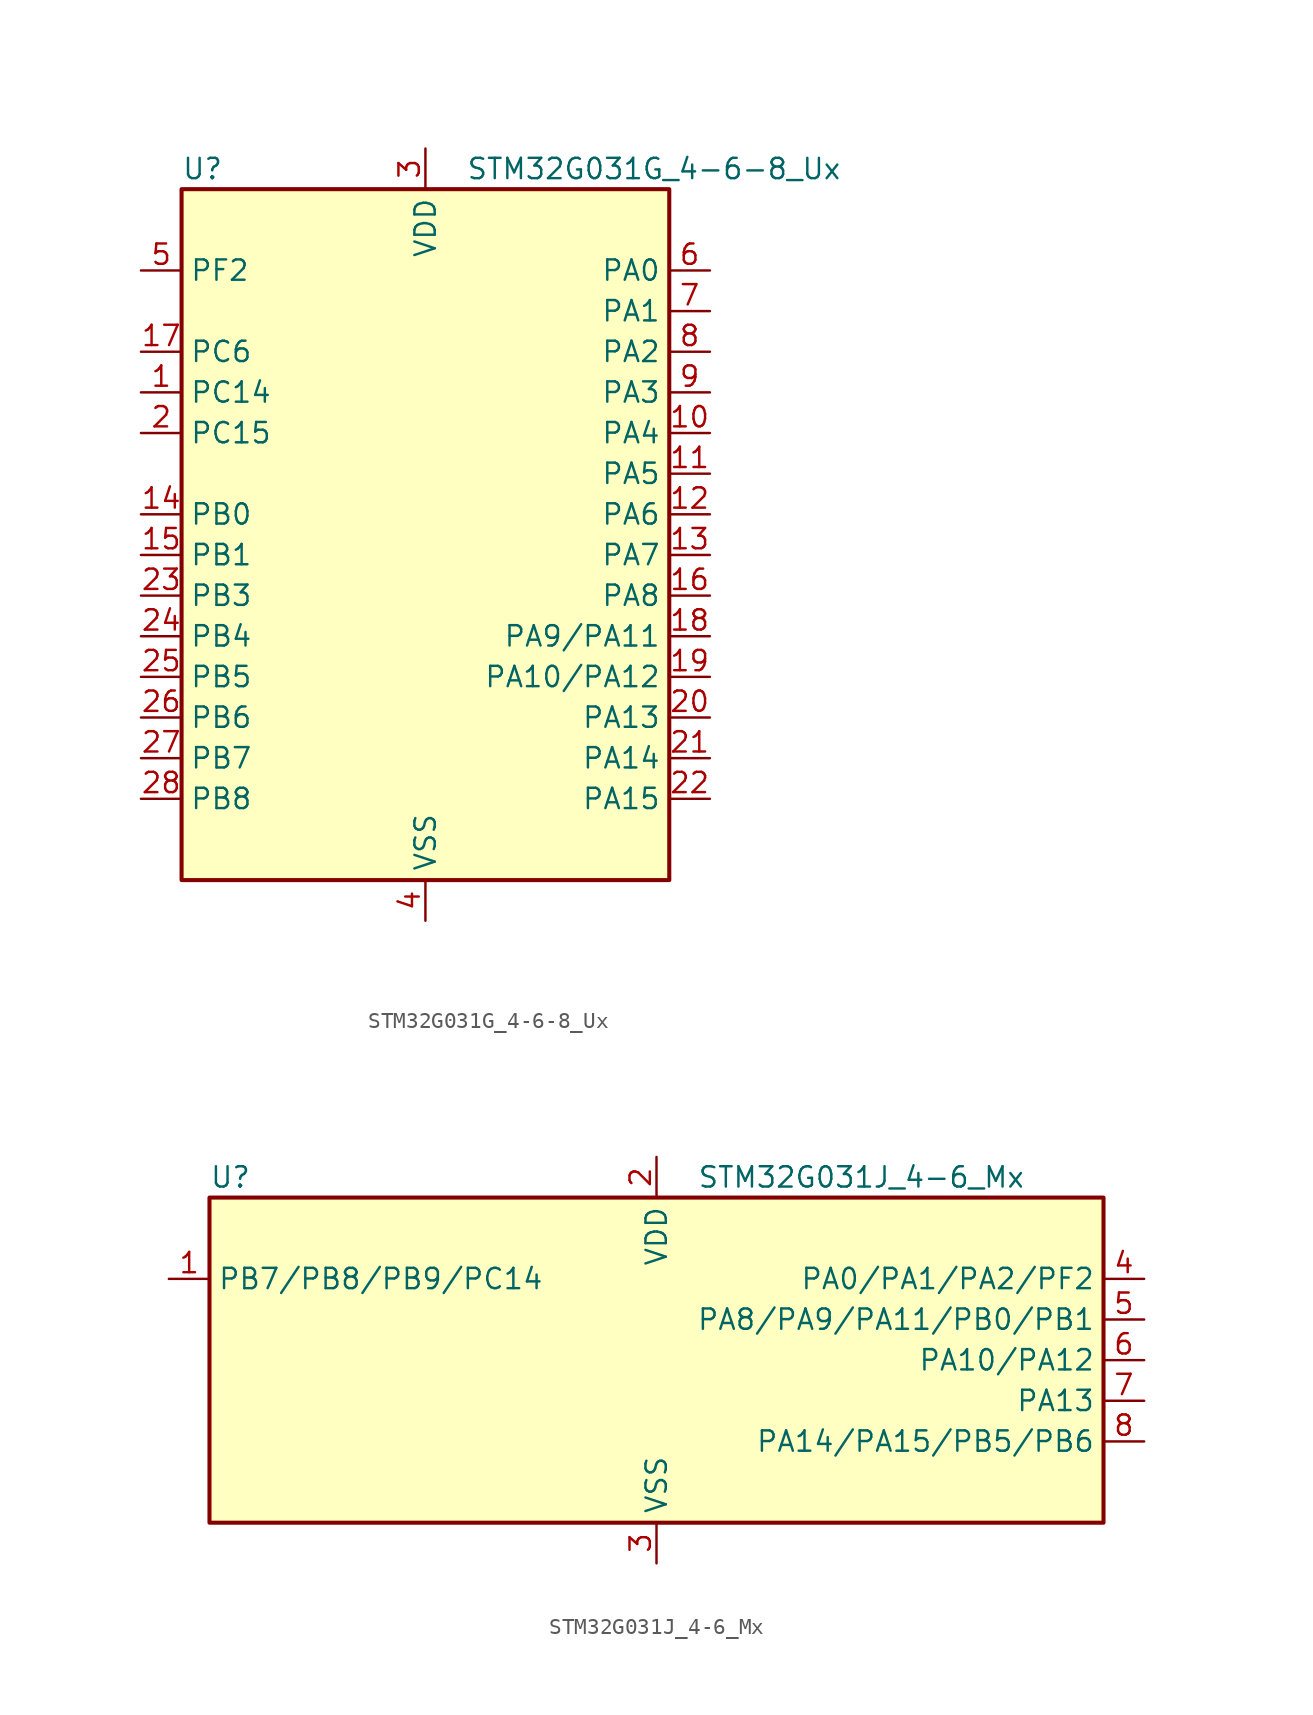
<source format=kicad_sym>
(kicad_symbol_lib
  (version 20231120)
  (generator "kicad-library-utils")
  (generator_version "8.0")
  (symbol "STM32G031G_4-6-8_Ux"
    (property "Reference" "U"
      (at -15.24 24.13 0)
      (effects (font (size 1.27 1.27)) (justify left)))
    (property "Value" "STM32G031G_4-6-8_Ux"
      (at 2.54 24.13 0)
      (effects (font (size 1.27 1.27)) (justify left)))
    (symbol "STM32G031G_4-6-8_Ux_0_1"
      (rectangle (start -15.24 -20.32) (end 15.24 22.86) (stroke (width 0.254) (type default)) (fill (type background))))
    (symbol "STM32G031G_4-6-8_Ux_1_1"
      (pin bidirectional line (at -17.78 10.16 0) (length 2.54) (name "PC14" (effects (font (size 1.27 1.27)))) (number "1" (effects (font (size 1.27 1.27)))) (alternate "RCC_OSC32_IN" bidirectional line) (alternate "RCC_OSC_IN" bidirectional line) (alternate "TIM1_BK2" bidirectional line))
      (pin bidirectional line (at 17.78 7.62 180) (length 2.54) (name "PA4" (effects (font (size 1.27 1.27)))) (number "10" (effects (font (size 1.27 1.27)))) (alternate "ADC1_IN4" bidirectional line) (alternate "I2S1_WS" bidirectional line) (alternate "LPTIM2_OUT" bidirectional line) (alternate "RTC_OUT_ALARM" bidirectional line) (alternate "RTC_OUT_CALIB" bidirectional line) (alternate "RTC_TAMP_IN1" bidirectional line) (alternate "RTC_TS" bidirectional line) (alternate "SPI1_NSS" bidirectional line) (alternate "SPI2_MOSI" bidirectional line) (alternate "SYS_WKUP2" bidirectional line) (alternate "TIM14_CH1" bidirectional line))
      (pin bidirectional line (at 17.78 5.08 180) (length 2.54) (name "PA5" (effects (font (size 1.27 1.27)))) (number "11" (effects (font (size 1.27 1.27)))) (alternate "ADC1_IN5" bidirectional line) (alternate "I2S1_CK" bidirectional line) (alternate "LPTIM2_ETR" bidirectional line) (alternate "SPI1_SCK" bidirectional line) (alternate "TIM2_CH1" bidirectional line) (alternate "TIM2_ETR" bidirectional line))
      (pin bidirectional line (at 17.78 2.54 180) (length 2.54) (name "PA6" (effects (font (size 1.27 1.27)))) (number "12" (effects (font (size 1.27 1.27)))) (alternate "ADC1_IN6" bidirectional line) (alternate "I2S1_MCK" bidirectional line) (alternate "LPUART1_CTS" bidirectional line) (alternate "SPI1_MISO" bidirectional line) (alternate "TIM16_CH1" bidirectional line) (alternate "TIM1_BK" bidirectional line) (alternate "TIM3_CH1" bidirectional line))
      (pin bidirectional line (at 17.78 0 180) (length 2.54) (name "PA7" (effects (font (size 1.27 1.27)))) (number "13" (effects (font (size 1.27 1.27)))) (alternate "ADC1_IN7" bidirectional line) (alternate "I2S1_SD" bidirectional line) (alternate "SPI1_MOSI" bidirectional line) (alternate "TIM14_CH1" bidirectional line) (alternate "TIM17_CH1" bidirectional line) (alternate "TIM1_CH1N" bidirectional line) (alternate "TIM3_CH2" bidirectional line))
      (pin bidirectional line (at -17.78 2.54 0) (length 2.54) (name "PB0" (effects (font (size 1.27 1.27)))) (number "14" (effects (font (size 1.27 1.27)))) (alternate "ADC1_IN8" bidirectional line) (alternate "I2S1_WS" bidirectional line) (alternate "LPTIM1_OUT" bidirectional line) (alternate "SPI1_NSS" bidirectional line) (alternate "TIM1_CH2N" bidirectional line) (alternate "TIM3_CH3" bidirectional line))
      (pin bidirectional line (at -17.78 0 0) (length 2.54) (name "PB1" (effects (font (size 1.27 1.27)))) (number "15" (effects (font (size 1.27 1.27)))) (alternate "ADC1_IN9" bidirectional line) (alternate "LPTIM2_IN1" bidirectional line) (alternate "LPUART1_DE" bidirectional line) (alternate "LPUART1_RTS" bidirectional line) (alternate "TIM14_CH1" bidirectional line) (alternate "TIM1_CH3N" bidirectional line) (alternate "TIM3_CH4" bidirectional line))
      (pin bidirectional line (at 17.78 -2.54 180) (length 2.54) (name "PA8" (effects (font (size 1.27 1.27)))) (number "16" (effects (font (size 1.27 1.27)))) (alternate "LPTIM2_OUT" bidirectional line) (alternate "RCC_MCO" bidirectional line) (alternate "SPI2_NSS" bidirectional line) (alternate "TIM1_CH1" bidirectional line))
      (pin bidirectional line (at -17.78 12.7 0) (length 2.54) (name "PC6" (effects (font (size 1.27 1.27)))) (number "17" (effects (font (size 1.27 1.27)))) (alternate "TIM2_CH3" bidirectional line) (alternate "TIM3_CH1" bidirectional line))
      (pin bidirectional line (at 17.78 -5.08 180) (length 2.54) (name "PA9/PA11" (effects (font (size 1.27 1.27)))) (number "18" (effects (font (size 1.27 1.27)))) (alternate "PA9" bidirectional line) (alternate "I2C1_SCL (PA9)" bidirectional line) (alternate "RCC_MCO (PA9)" bidirectional line) (alternate "SPI2_MISO (PA9)" bidirectional line) (alternate "TIM1_CH2 (PA9)" bidirectional line) (alternate "USART1_TX (PA9)" bidirectional line) (alternate "PA11" bidirectional line) (alternate "ADC1_EXTI11 (PA11)" bidirectional line) (alternate "ADC1_IN15 (PA11)" bidirectional line) (alternate "I2C2_SCL (PA11)" bidirectional line) (alternate "I2S1_MCK (PA11)" bidirectional line) (alternate "SPI1_MISO (PA11)" bidirectional line) (alternate "TIM1_BK2 (PA11)" bidirectional line) (alternate "TIM1_CH4 (PA11)" bidirectional line) (alternate "USART1_CTS (PA11)" bidirectional line) (alternate "USART1_NSS (PA11)" bidirectional line))
      (pin bidirectional line (at 17.78 -7.62 180) (length 2.54) (name "PA10/PA12" (effects (font (size 1.27 1.27)))) (number "19" (effects (font (size 1.27 1.27)))) (alternate "PA10" bidirectional line) (alternate "I2C1_SDA (PA10)" bidirectional line) (alternate "SPI2_MOSI (PA10)" bidirectional line) (alternate "TIM17_BK (PA10)" bidirectional line) (alternate "TIM1_CH3 (PA10)" bidirectional line) (alternate "USART1_RX (PA10)" bidirectional line) (alternate "PA12" bidirectional line) (alternate "ADC1_IN16 (PA12)" bidirectional line) (alternate "I2C2_SDA (PA12)" bidirectional line) (alternate "I2S1_SD (PA12)" bidirectional line) (alternate "I2S_CKIN (PA12)" bidirectional line) (alternate "SPI1_MOSI (PA12)" bidirectional line) (alternate "TIM1_ETR (PA12)" bidirectional line) (alternate "USART1_CK (PA12)" bidirectional line) (alternate "USART1_DE (PA12)" bidirectional line) (alternate "USART1_RTS (PA12)" bidirectional line))
      (pin bidirectional line (at -17.78 7.62 0) (length 2.54) (name "PC15" (effects (font (size 1.27 1.27)))) (number "2" (effects (font (size 1.27 1.27)))) (alternate "RCC_OSC32_EN" bidirectional line) (alternate "RCC_OSC32_OUT" bidirectional line) (alternate "RCC_OSC_EN" bidirectional line))
      (pin bidirectional line (at 17.78 -10.16 180) (length 2.54) (name "PA13" (effects (font (size 1.27 1.27)))) (number "20" (effects (font (size 1.27 1.27)))) (alternate "ADC1_IN17" bidirectional line) (alternate "IR_OUT" bidirectional line) (alternate "SYS_SWDIO" bidirectional line))
      (pin bidirectional line (at 17.78 -12.7 180) (length 2.54) (name "PA14" (effects (font (size 1.27 1.27)))) (number "21" (effects (font (size 1.27 1.27)))) (alternate "ADC1_IN18" bidirectional line) (alternate "SYS_SWCLK" bidirectional line) (alternate "USART2_TX" bidirectional line))
      (pin bidirectional line (at 17.78 -15.24 180) (length 2.54) (name "PA15" (effects (font (size 1.27 1.27)))) (number "22" (effects (font (size 1.27 1.27)))) (alternate "I2S1_WS" bidirectional line) (alternate "SPI1_NSS" bidirectional line) (alternate "TIM2_CH1" bidirectional line) (alternate "TIM2_ETR" bidirectional line) (alternate "USART2_RX" bidirectional line))
      (pin bidirectional line (at -17.78 -2.54 0) (length 2.54) (name "PB3" (effects (font (size 1.27 1.27)))) (number "23" (effects (font (size 1.27 1.27)))) (alternate "I2S1_CK" bidirectional line) (alternate "SPI1_SCK" bidirectional line) (alternate "TIM1_CH2" bidirectional line) (alternate "TIM2_CH2" bidirectional line) (alternate "USART1_CK" bidirectional line) (alternate "USART1_DE" bidirectional line) (alternate "USART1_RTS" bidirectional line))
      (pin bidirectional line (at -17.78 -5.08 0) (length 2.54) (name "PB4" (effects (font (size 1.27 1.27)))) (number "24" (effects (font (size 1.27 1.27)))) (alternate "I2S1_MCK" bidirectional line) (alternate "SPI1_MISO" bidirectional line) (alternate "TIM17_BK" bidirectional line) (alternate "TIM3_CH1" bidirectional line) (alternate "USART1_CTS" bidirectional line) (alternate "USART1_NSS" bidirectional line))
      (pin bidirectional line (at -17.78 -7.62 0) (length 2.54) (name "PB5" (effects (font (size 1.27 1.27)))) (number "25" (effects (font (size 1.27 1.27)))) (alternate "I2C1_SMBA" bidirectional line) (alternate "I2S1_SD" bidirectional line) (alternate "LPTIM1_IN1" bidirectional line) (alternate "SPI1_MOSI" bidirectional line) (alternate "SYS_WKUP6" bidirectional line) (alternate "TIM16_BK" bidirectional line) (alternate "TIM3_CH2" bidirectional line))
      (pin bidirectional line (at -17.78 -10.16 0) (length 2.54) (name "PB6" (effects (font (size 1.27 1.27)))) (number "26" (effects (font (size 1.27 1.27)))) (alternate "I2C1_SCL" bidirectional line) (alternate "LPTIM1_ETR" bidirectional line) (alternate "SPI2_MISO" bidirectional line) (alternate "TIM16_CH1N" bidirectional line) (alternate "TIM1_CH3" bidirectional line) (alternate "USART1_TX" bidirectional line))
      (pin bidirectional line (at -17.78 -12.7 0) (length 2.54) (name "PB7" (effects (font (size 1.27 1.27)))) (number "27" (effects (font (size 1.27 1.27)))) (alternate "ADC1_IN11" bidirectional line) (alternate "I2C1_SDA" bidirectional line) (alternate "LPTIM1_IN2" bidirectional line) (alternate "SPI2_MOSI" bidirectional line) (alternate "SYS_PVD_IN" bidirectional line) (alternate "TIM17_CH1N" bidirectional line) (alternate "USART1_RX" bidirectional line))
      (pin bidirectional line (at -17.78 -15.24 0) (length 2.54) (name "PB8" (effects (font (size 1.27 1.27)))) (number "28" (effects (font (size 1.27 1.27)))) (alternate "I2C1_SCL" bidirectional line) (alternate "SPI2_SCK" bidirectional line) (alternate "TIM16_CH1" bidirectional line))
      (pin power_in line (at 0 25.4 270) (length 2.54) (name "VDD" (effects (font (size 1.27 1.27)))) (number "3" (effects (font (size 1.27 1.27)))))
      (pin power_in line (at 0 -22.86 90) (length 2.54) (name "VSS" (effects (font (size 1.27 1.27)))) (number "4" (effects (font (size 1.27 1.27)))))
      (pin bidirectional line (at -17.78 17.78 0) (length 2.54) (name "PF2" (effects (font (size 1.27 1.27)))) (number "5" (effects (font (size 1.27 1.27)))) (alternate "RCC_MCO" bidirectional line))
      (pin bidirectional line (at 17.78 17.78 180) (length 2.54) (name "PA0" (effects (font (size 1.27 1.27)))) (number "6" (effects (font (size 1.27 1.27)))) (alternate "ADC1_IN0" bidirectional line) (alternate "LPTIM1_OUT" bidirectional line) (alternate "RTC_TAMP_IN2" bidirectional line) (alternate "SPI2_SCK" bidirectional line) (alternate "SYS_WKUP1" bidirectional line) (alternate "TIM2_CH1" bidirectional line) (alternate "TIM2_ETR" bidirectional line) (alternate "USART2_CTS" bidirectional line) (alternate "USART2_NSS" bidirectional line))
      (pin bidirectional line (at 17.78 15.24 180) (length 2.54) (name "PA1" (effects (font (size 1.27 1.27)))) (number "7" (effects (font (size 1.27 1.27)))) (alternate "ADC1_IN1" bidirectional line) (alternate "I2C1_SMBA" bidirectional line) (alternate "I2S1_CK" bidirectional line) (alternate "SPI1_SCK" bidirectional line) (alternate "TIM2_CH2" bidirectional line) (alternate "USART2_CK" bidirectional line) (alternate "USART2_DE" bidirectional line) (alternate "USART2_RTS" bidirectional line))
      (pin bidirectional line (at 17.78 12.7 180) (length 2.54) (name "PA2" (effects (font (size 1.27 1.27)))) (number "8" (effects (font (size 1.27 1.27)))) (alternate "ADC1_IN2" bidirectional line) (alternate "I2S1_SD" bidirectional line) (alternate "LPUART1_TX" bidirectional line) (alternate "RCC_LSCO" bidirectional line) (alternate "SPI1_MOSI" bidirectional line) (alternate "SYS_WKUP4" bidirectional line) (alternate "TIM2_CH3" bidirectional line) (alternate "USART2_TX" bidirectional line))
      (pin bidirectional line (at 17.78 10.16 180) (length 2.54) (name "PA3" (effects (font (size 1.27 1.27)))) (number "9" (effects (font (size 1.27 1.27)))) (alternate "ADC1_IN3" bidirectional line) (alternate "LPUART1_RX" bidirectional line) (alternate "SPI2_MISO" bidirectional line) (alternate "TIM2_CH4" bidirectional line) (alternate "USART2_RX" bidirectional line))))
  (symbol "STM32G031J_4-6_Mx"
    (property "Reference" "U"
      (at -27.94 11.43 0)
      (effects (font (size 1.27 1.27)) (justify left)))
    (property "Value" "STM32G031J_4-6_Mx"
      (at 2.54 11.43 0)
      (effects (font (size 1.27 1.27)) (justify left)))
    (symbol "STM32G031J_4-6_Mx_0_1"
      (rectangle (start -27.94 -10.16) (end 27.94 10.16) (stroke (width 0.254) (type default)) (fill (type background))))
    (symbol "STM32G031J_4-6_Mx_1_1"
      (pin bidirectional line (at -30.48 5.08 0) (length 2.54) (name "PB7/PB8/PB9/PC14" (effects (font (size 1.27 1.27)))) (number "1" (effects (font (size 1.27 1.27)))) (alternate "PB7" bidirectional line) (alternate "ADC1_IN11 (PB7)" bidirectional line) (alternate "I2C1_SDA (PB7)" bidirectional line) (alternate "LPTIM1_IN2 (PB7)" bidirectional line) (alternate "SPI2_MOSI (PB7)" bidirectional line) (alternate "SYS_PVD_IN (PB7)" bidirectional line) (alternate "TIM17_CH1N (PB7)" bidirectional line) (alternate "USART1_RX (PB7)" bidirectional line) (alternate "PB8" bidirectional line) (alternate "I2C1_SCL (PB8)" bidirectional line) (alternate "SPI2_SCK (PB8)" bidirectional line) (alternate "TIM16_CH1 (PB8)" bidirectional line) (alternate "PB9" bidirectional line) (alternate "I2C1_SDA (PB9)" bidirectional line) (alternate "IR_OUT (PB9)" bidirectional line) (alternate "SPI2_NSS (PB9)" bidirectional line) (alternate "TIM17_CH1 (PB9)" bidirectional line) (alternate "PC14" bidirectional line) (alternate "RCC_OSC32_IN (PC14)" bidirectional line) (alternate "RCC_OSC_IN (PC14)" bidirectional line) (alternate "TIM1_BK2 (PC14)" bidirectional line))
      (pin power_in line (at 0 12.7 270) (length 2.54) (name "VDD" (effects (font (size 1.27 1.27)))) (number "2" (effects (font (size 1.27 1.27)))))
      (pin power_in line (at 0 -12.7 90) (length 2.54) (name "VSS" (effects (font (size 1.27 1.27)))) (number "3" (effects (font (size 1.27 1.27)))))
      (pin bidirectional line (at 30.48 5.08 180) (length 2.54) (name "PA0/PA1/PA2/PF2" (effects (font (size 1.27 1.27)))) (number "4" (effects (font (size 1.27 1.27)))) (alternate "PA0" bidirectional line) (alternate "ADC1_IN0 (PA0)" bidirectional line) (alternate "LPTIM1_OUT (PA0)" bidirectional line) (alternate "RTC_TAMP_IN2 (PA0)" bidirectional line) (alternate "SPI2_SCK (PA0)" bidirectional line) (alternate "SYS_WKUP1 (PA0)" bidirectional line) (alternate "TIM2_CH1 (PA0)" bidirectional line) (alternate "TIM2_ETR (PA0)" bidirectional line) (alternate "USART2_CTS (PA0)" bidirectional line) (alternate "USART2_NSS (PA0)" bidirectional line) (alternate "PA1" bidirectional line) (alternate "ADC1_IN1 (PA1)" bidirectional line) (alternate "I2C1_SMBA (PA1)" bidirectional line) (alternate "I2S1_CK (PA1)" bidirectional line) (alternate "SPI1_SCK (PA1)" bidirectional line) (alternate "TIM2_CH2 (PA1)" bidirectional line) (alternate "USART2_CK (PA1)" bidirectional line) (alternate "USART2_DE (PA1)" bidirectional line) (alternate "USART2_RTS (PA1)" bidirectional line) (alternate "PA2" bidirectional line) (alternate "ADC1_IN2 (PA2)" bidirectional line) (alternate "I2S1_SD (PA2)" bidirectional line) (alternate "LPUART1_TX (PA2)" bidirectional line) (alternate "RCC_LSCO (PA2)" bidirectional line) (alternate "SPI1_MOSI (PA2)" bidirectional line) (alternate "SYS_WKUP4 (PA2)" bidirectional line) (alternate "TIM2_CH3 (PA2)" bidirectional line) (alternate "USART2_TX (PA2)" bidirectional line) (alternate "PF2" bidirectional line) (alternate "RCC_MCO (PF2)" bidirectional line))
      (pin bidirectional line (at 30.48 2.54 180) (length 2.54) (name "PA8/PA9/PA11/PB0/PB1" (effects (font (size 1.27 1.27)))) (number "5" (effects (font (size 1.27 1.27)))) (alternate "PA8" bidirectional line) (alternate "LPTIM2_OUT (PA8)" bidirectional line) (alternate "RCC_MCO (PA8)" bidirectional line) (alternate "SPI2_NSS (PA8)" bidirectional line) (alternate "TIM1_CH1 (PA8)" bidirectional line) (alternate "PA9" bidirectional line) (alternate "I2C1_SCL (PA9)" bidirectional line) (alternate "RCC_MCO (PA9)" bidirectional line) (alternate "SPI2_MISO (PA9)" bidirectional line) (alternate "TIM1_CH2 (PA9)" bidirectional line) (alternate "USART1_TX (PA9)" bidirectional line) (alternate "PA11" bidirectional line) (alternate "ADC1_EXTI11 (PA11)" bidirectional line) (alternate "ADC1_IN15 (PA11)" bidirectional line) (alternate "I2C2_SCL (PA11)" bidirectional line) (alternate "I2S1_MCK (PA11)" bidirectional line) (alternate "SPI1_MISO (PA11)" bidirectional line) (alternate "TIM1_BK2 (PA11)" bidirectional line) (alternate "TIM1_CH4 (PA11)" bidirectional line) (alternate "USART1_CTS (PA11)" bidirectional line) (alternate "USART1_NSS (PA11)" bidirectional line) (alternate "PB0" bidirectional line) (alternate "ADC1_IN8 (PB0)" bidirectional line) (alternate "I2S1_WS (PB0)" bidirectional line) (alternate "LPTIM1_OUT (PB0)" bidirectional line) (alternate "SPI1_NSS (PB0)" bidirectional line) (alternate "TIM1_CH2N (PB0)" bidirectional line) (alternate "TIM3_CH3 (PB0)" bidirectional line) (alternate "PB1" bidirectional line) (alternate "ADC1_IN9 (PB1)" bidirectional line) (alternate "LPTIM2_IN1 (PB1)" bidirectional line) (alternate "LPUART1_DE (PB1)" bidirectional line) (alternate "LPUART1_RTS (PB1)" bidirectional line) (alternate "TIM14_CH1 (PB1)" bidirectional line) (alternate "TIM1_CH3N (PB1)" bidirectional line) (alternate "TIM3_CH4 (PB1)" bidirectional line))
      (pin bidirectional line (at 30.48 0 180) (length 2.54) (name "PA10/PA12" (effects (font (size 1.27 1.27)))) (number "6" (effects (font (size 1.27 1.27)))) (alternate "PA10" bidirectional line) (alternate "I2C1_SDA (PA10)" bidirectional line) (alternate "SPI2_MOSI (PA10)" bidirectional line) (alternate "TIM17_BK (PA10)" bidirectional line) (alternate "TIM1_CH3 (PA10)" bidirectional line) (alternate "USART1_RX (PA10)" bidirectional line) (alternate "PA12" bidirectional line) (alternate "ADC1_IN16 (PA12)" bidirectional line) (alternate "I2C2_SDA (PA12)" bidirectional line) (alternate "I2S1_SD (PA12)" bidirectional line) (alternate "I2S_CKIN (PA12)" bidirectional line) (alternate "SPI1_MOSI (PA12)" bidirectional line) (alternate "TIM1_ETR (PA12)" bidirectional line) (alternate "USART1_CK (PA12)" bidirectional line) (alternate "USART1_DE (PA12)" bidirectional line) (alternate "USART1_RTS (PA12)" bidirectional line))
      (pin bidirectional line (at 30.48 -2.54 180) (length 2.54) (name "PA13" (effects (font (size 1.27 1.27)))) (number "7" (effects (font (size 1.27 1.27)))) (alternate "ADC1_IN17" bidirectional line) (alternate "IR_OUT" bidirectional line) (alternate "SYS_SWDIO" bidirectional line))
      (pin bidirectional line (at 30.48 -5.08 180) (length 2.54) (name "PA14/PA15/PB5/PB6" (effects (font (size 1.27 1.27)))) (number "8" (effects (font (size 1.27 1.27)))) (alternate "PA14" bidirectional line) (alternate "ADC1_IN18 (PA14)" bidirectional line) (alternate "SYS_SWCLK (PA14)" bidirectional line) (alternate "USART2_TX (PA14)" bidirectional line) (alternate "PA15" bidirectional line) (alternate "I2S1_WS (PA15)" bidirectional line) (alternate "SPI1_NSS (PA15)" bidirectional line) (alternate "TIM2_CH1 (PA15)" bidirectional line) (alternate "TIM2_ETR (PA15)" bidirectional line) (alternate "USART2_RX (PA15)" bidirectional line) (alternate "PB5" bidirectional line) (alternate "I2C1_SMBA (PB5)" bidirectional line) (alternate "I2S1_SD (PB5)" bidirectional line) (alternate "LPTIM1_IN1 (PB5)" bidirectional line) (alternate "SPI1_MOSI (PB5)" bidirectional line) (alternate "SYS_WKUP6 (PB5)" bidirectional line) (alternate "TIM16_BK (PB5)" bidirectional line) (alternate "TIM3_CH2 (PB5)" bidirectional line) (alternate "PB6" bidirectional line) (alternate "I2C1_SCL (PB6)" bidirectional line) (alternate "LPTIM1_ETR (PB6)" bidirectional line) (alternate "SPI2_MISO (PB6)" bidirectional line) (alternate "TIM16_CH1N (PB6)" bidirectional line) (alternate "TIM1_CH3 (PB6)" bidirectional line) (alternate "USART1_TX (PB6)" bidirectional line)))))
</source>
